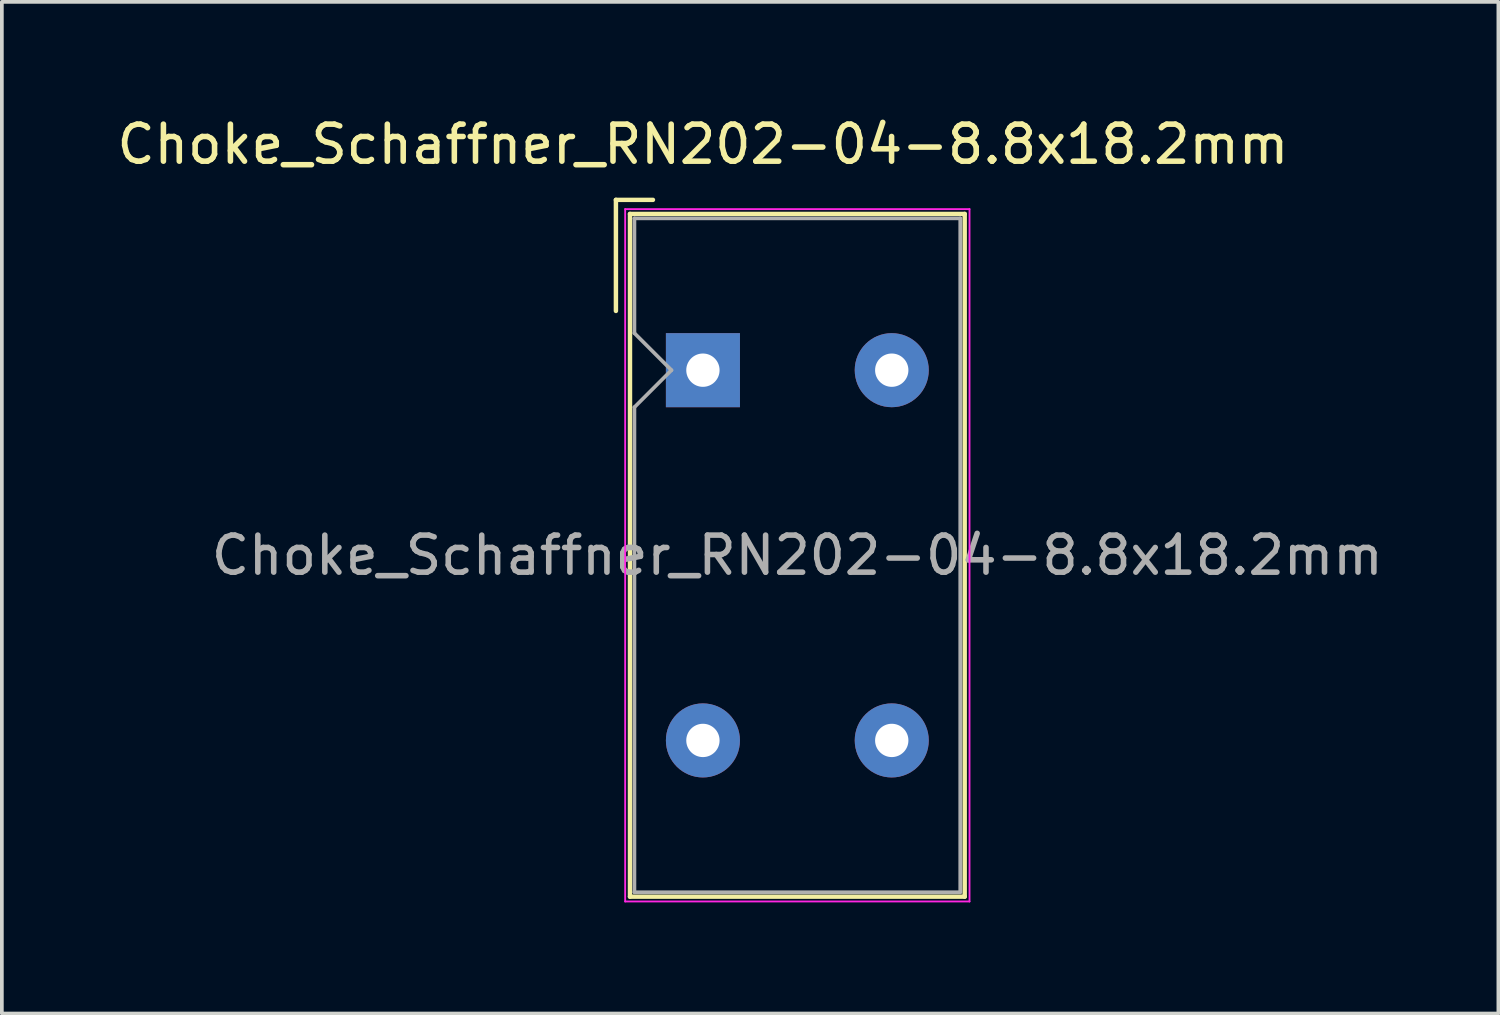
<source format=kicad_pcb>
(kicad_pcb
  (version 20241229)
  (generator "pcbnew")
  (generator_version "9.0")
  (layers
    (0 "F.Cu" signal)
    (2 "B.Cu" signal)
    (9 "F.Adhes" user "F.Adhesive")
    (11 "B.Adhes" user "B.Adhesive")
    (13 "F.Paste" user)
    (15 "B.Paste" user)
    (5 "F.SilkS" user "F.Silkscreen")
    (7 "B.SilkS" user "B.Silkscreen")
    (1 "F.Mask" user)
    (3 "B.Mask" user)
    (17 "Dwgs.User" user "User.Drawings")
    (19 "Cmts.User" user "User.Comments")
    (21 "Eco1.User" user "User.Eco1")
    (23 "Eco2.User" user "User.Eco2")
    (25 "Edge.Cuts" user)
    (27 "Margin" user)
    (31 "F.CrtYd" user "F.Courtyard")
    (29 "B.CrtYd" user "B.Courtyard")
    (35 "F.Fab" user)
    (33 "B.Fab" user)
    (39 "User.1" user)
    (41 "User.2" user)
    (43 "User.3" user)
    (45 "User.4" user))
  (footprint "Choke_Schaffner_RN202-04-8.8x18.2mm"
    (layer "F.Cu")
    (at 15.935 6.948)
    (property "Reference" "Choke_Schaffner_RN202-04-8.8x18.2mm" (at 0 -6.1 0) (layer "F.SilkS") (effects (font (size 1 1) (thickness 0.15))))
    (attr through_hole)
    (fp_line (start -2.35 -4.6) (end -2.35 -1.6) (stroke (width 0.12) (type solid)) (layer "F.SilkS"))
    (fp_line (start -2.35 -4.6) (end -1.35 -4.6) (stroke (width 0.12) (type solid)) (layer "F.SilkS"))
    (fp_line (start -1.97 -4.22) (end 7.07 -4.22) (stroke (width 0.12) (type solid)) (layer "F.SilkS"))
    (fp_line (start -1.97 14.22) (end -1.97 -4.22) (stroke (width 0.12) (type solid)) (layer "F.SilkS"))
    (fp_line (start 7.07 -4.22) (end 7.07 14.22) (stroke (width 0.12) (type solid)) (layer "F.SilkS"))
    (fp_line (start 7.07 14.22) (end -1.97 14.22) (stroke (width 0.12) (type solid)) (layer "F.SilkS"))
    (fp_line (start -2.1 -4.35) (end -2.1 14.35) (stroke (width 0.05) (type solid)) (layer "F.CrtYd"))
    (fp_line (start -2.1 14.35) (end 7.2 14.35) (stroke (width 0.05) (type solid)) (layer "F.CrtYd"))
    (fp_line (start 7.2 -4.35) (end -2.1 -4.35) (stroke (width 0.05) (type solid)) (layer "F.CrtYd"))
    (fp_line (start 7.2 14.35) (end 7.2 -4.35) (stroke (width 0.05) (type solid)) (layer "F.CrtYd"))
    (fp_line (start -1.85 -4.1) (end 6.95 -4.1) (stroke (width 0.1) (type solid)) (layer "F.Fab"))
    (fp_line (start -1.85 -1) (end -1.85 -4.1) (stroke (width 0.1) (type solid)) (layer "F.Fab"))
    (fp_line (start -1.85 1) (end -0.85 0) (stroke (width 0.1) (type solid)) (layer "F.Fab"))
    (fp_line (start -1.85 14.1) (end -1.85 1) (stroke (width 0.1) (type solid)) (layer "F.Fab"))
    (fp_line (start -0.85 0) (end -1.85 -1) (stroke (width 0.1) (type solid)) (layer "F.Fab"))
    (fp_line (start 6.95 -4.1) (end 6.95 14.1) (stroke (width 0.1) (type solid)) (layer "F.Fab"))
    (fp_line (start 6.95 14.1) (end -1.85 14.1) (stroke (width 0.1) (type solid)) (layer "F.Fab"))
    (fp_text user "${REFERENCE}" (at 2.55 5 0) (layer "F.Fab") (effects (font (size 1 1) (thickness 0.15))))
    (pad "1" thru_hole rect (at 0 0) (size 2 2) (drill 0.9) (layers "*.Cu" "*.Mask"))
    (pad "2" thru_hole circle (at 5.1 0) (size 2 2) (drill 0.9) (layers "*.Cu" "*.Mask"))
    (pad "3" thru_hole circle (at 0 10) (size 2 2) (drill 0.9) (layers "*.Cu" "*.Mask"))
    (pad "4" thru_hole circle (at 5.1 10) (size 2 2) (drill 0.9) (layers "*.Cu" "*.Mask")))
  (gr_rect
    (start -3 -3)
    (end 37.419 24.323)
    (stroke (width 0.1) (type default))
    (fill no)
    (layer "Edge.Cuts")))
</source>
